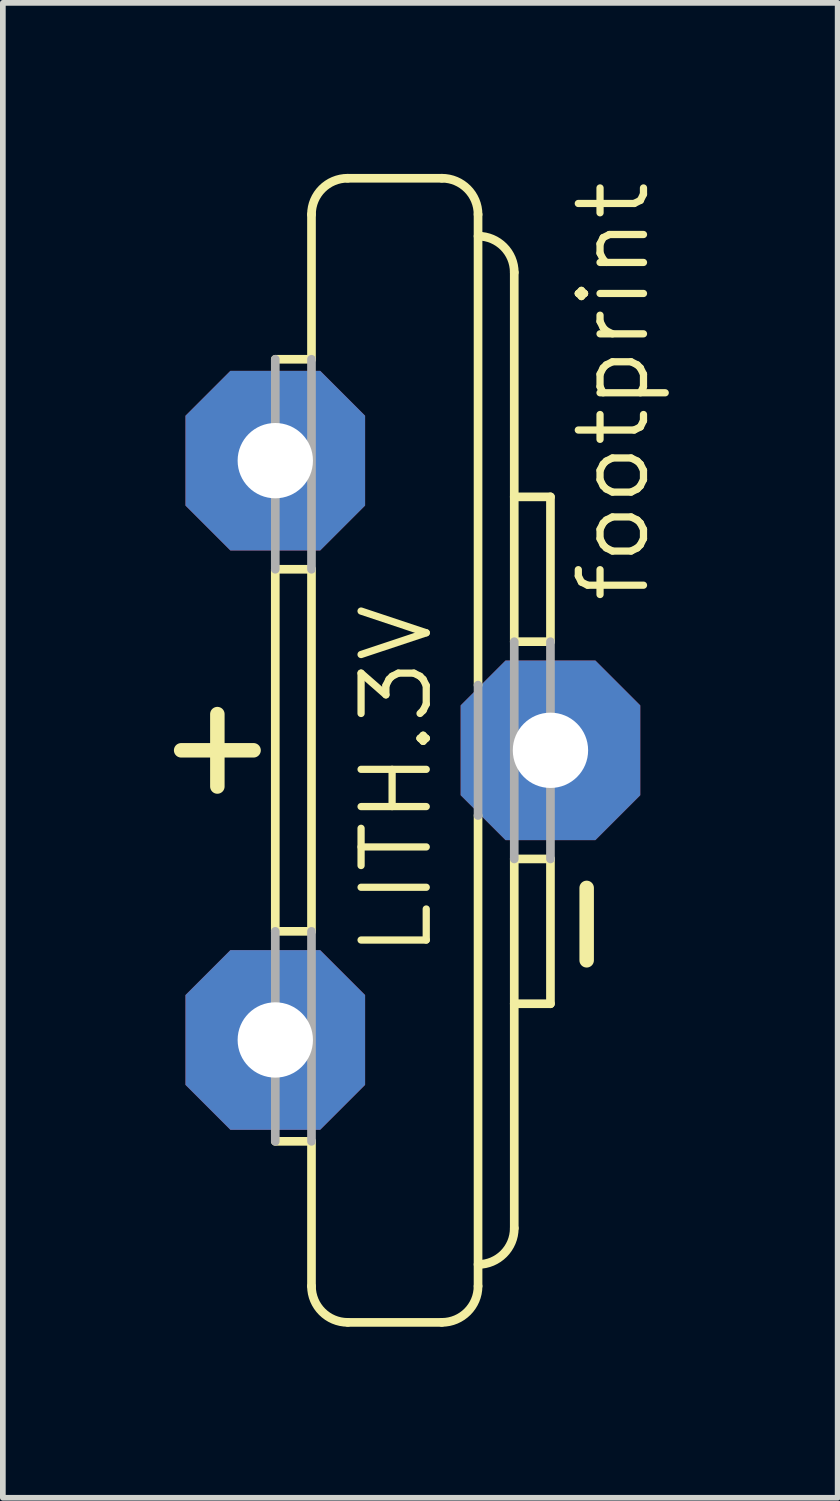
<source format=kicad_pcb>
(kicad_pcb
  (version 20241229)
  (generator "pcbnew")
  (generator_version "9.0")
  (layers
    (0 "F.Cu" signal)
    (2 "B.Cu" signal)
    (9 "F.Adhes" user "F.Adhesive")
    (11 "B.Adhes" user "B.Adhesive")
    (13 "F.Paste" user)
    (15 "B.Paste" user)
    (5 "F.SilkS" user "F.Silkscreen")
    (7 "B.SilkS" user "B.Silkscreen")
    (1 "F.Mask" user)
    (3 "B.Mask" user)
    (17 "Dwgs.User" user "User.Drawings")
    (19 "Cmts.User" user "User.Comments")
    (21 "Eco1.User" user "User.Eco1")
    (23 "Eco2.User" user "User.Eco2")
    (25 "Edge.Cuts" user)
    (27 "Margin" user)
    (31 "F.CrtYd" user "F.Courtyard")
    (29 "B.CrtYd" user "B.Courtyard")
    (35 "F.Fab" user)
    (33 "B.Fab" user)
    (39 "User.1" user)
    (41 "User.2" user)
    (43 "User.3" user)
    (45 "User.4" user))
  (footprint "footprint"
    (layer "F.Cu")
    (at 4.318 10.109)
    (property "Reference" "footprint" (at 4.064 -2.54 90) (layer "F.SilkS") (effects (font (size 1.143 1.143) (thickness 0.127)) (justify left bottom)))
    (fp_line (start -4.191 0) (end -2.921 0) (stroke (width 0.254) (type solid)) (layer "F.SilkS"))
    (fp_line (start -3.556 -0.635) (end -3.556 0.635) (stroke (width 0.254) (type solid)) (layer "F.SilkS"))
    (fp_line (start -2.54 3.175) (end -2.54 -3.175) (stroke (width 0.152) (type solid)) (layer "F.SilkS"))
    (fp_line (start -1.905 -6.858) (end -2.54 -6.858) (stroke (width 0.152) (type solid)) (layer "F.SilkS"))
    (fp_line (start -1.905 -6.858) (end -1.905 -9.398) (stroke (width 0.152) (type solid)) (layer "F.SilkS"))
    (fp_line (start -1.905 -3.175) (end -2.54 -3.175) (stroke (width 0.152) (type solid)) (layer "F.SilkS"))
    (fp_line (start -1.905 3.175) (end -2.54 3.175) (stroke (width 0.152) (type solid)) (layer "F.SilkS"))
    (fp_line (start -1.905 3.175) (end -1.905 -3.175) (stroke (width 0.152) (type solid)) (layer "F.SilkS"))
    (fp_line (start -1.905 6.858) (end -2.54 6.858) (stroke (width 0.152) (type solid)) (layer "F.SilkS"))
    (fp_line (start -1.905 9.398) (end -1.905 6.858) (stroke (width 0.152) (type solid)) (layer "F.SilkS"))
    (fp_line (start -1.27 -10.033) (end 0.381 -10.033) (stroke (width 0.152) (type solid)) (layer "F.SilkS"))
    (fp_line (start -1.27 10.033) (end 0.381 10.033) (stroke (width 0.152) (type solid)) (layer "F.SilkS"))
    (fp_line (start 1.016 -1.143) (end 1.016 -9.398) (stroke (width 0.152) (type solid)) (layer "F.SilkS"))
    (fp_line (start 1.016 9.398) (end 1.016 1.143) (stroke (width 0.152) (type solid)) (layer "F.SilkS"))
    (fp_line (start 1.651 -4.445) (end 1.651 -8.382) (stroke (width 0.152) (type solid)) (layer "F.SilkS"))
    (fp_line (start 1.651 -1.905) (end 1.651 -4.445) (stroke (width 0.152) (type solid)) (layer "F.SilkS"))
    (fp_line (start 1.651 1.905) (end 1.651 4.445) (stroke (width 0.152) (type solid)) (layer "F.SilkS"))
    (fp_line (start 1.651 4.445) (end 1.651 8.382) (stroke (width 0.152) (type solid)) (layer "F.SilkS"))
    (fp_line (start 2.286 -4.445) (end 1.651 -4.445) (stroke (width 0.152) (type solid)) (layer "F.SilkS"))
    (fp_line (start 2.286 -1.905) (end 1.651 -1.905) (stroke (width 0.152) (type solid)) (layer "F.SilkS"))
    (fp_line (start 2.286 -1.905) (end 2.286 -4.445) (stroke (width 0.152) (type solid)) (layer "F.SilkS"))
    (fp_line (start 2.286 1.905) (end 1.651 1.905) (stroke (width 0.152) (type solid)) (layer "F.SilkS"))
    (fp_line (start 2.286 1.905) (end 2.286 4.445) (stroke (width 0.152) (type solid)) (layer "F.SilkS"))
    (fp_line (start 2.286 4.445) (end 1.651 4.445) (stroke (width 0.152) (type solid)) (layer "F.SilkS"))
    (fp_line (start 2.921 2.413) (end 2.921 3.683) (stroke (width 0.254) (type solid)) (layer "F.SilkS"))
    (fp_arc (start -1.905 -9.398) (mid -1.719013 -9.847013) (end -1.27 -10.033) (stroke (width 0.1524) (type solid)) (layer "F.SilkS"))
    (fp_arc (start -1.27 10.033) (mid -1.719013 9.847013) (end -1.905 9.398) (stroke (width 0.1524) (type solid)) (layer "F.SilkS"))
    (fp_arc (start 0.381 -10.033) (mid 0.830013 -9.847012) (end 1.015999 -9.397999) (stroke (width 0.1524) (type solid)) (layer "F.SilkS"))
    (fp_arc (start 1.015999 9.397999) (mid 0.830013 9.847012) (end 0.381 10.033) (stroke (width 0.1524) (type solid)) (layer "F.SilkS"))
    (fp_arc (start 1.016 -9.017) (mid 1.465013 -8.831013) (end 1.651 -8.382) (stroke (width 0.1524) (type solid)) (layer "F.SilkS"))
    (fp_arc (start 1.651 8.382) (mid 1.465013 8.831013) (end 1.016 9.017) (stroke (width 0.1524) (type solid)) (layer "F.SilkS"))
    (fp_line (start -2.54 -3.175) (end -2.54 -6.858) (stroke (width 0.152) (type solid)) (layer "F.Fab"))
    (fp_line (start -2.54 6.858) (end -2.54 3.175) (stroke (width 0.152) (type solid)) (layer "F.Fab"))
    (fp_line (start -1.905 -3.175) (end -1.905 -6.858) (stroke (width 0.152) (type solid)) (layer "F.Fab"))
    (fp_line (start -1.905 6.858) (end -1.905 3.175) (stroke (width 0.152) (type solid)) (layer "F.Fab"))
    (fp_line (start 1.016 -1.143) (end 1.016 1.143) (stroke (width 0.152) (type solid)) (layer "F.Fab"))
    (fp_line (start 1.651 1.905) (end 1.651 -1.905) (stroke (width 0.152) (type solid)) (layer "F.Fab"))
    (fp_line (start 2.286 1.905) (end 2.286 -1.905) (stroke (width 0.152) (type solid)) (layer "F.Fab"))
    (fp_text user "LITH.3V" (at 0.254 3.683 90) (layer "F.SilkS") (effects (font (size 1.143 1.143) (thickness 0.127)) (justify left bottom)))
    (pad "+" thru_hole roundrect (at -2.54 5.08) (size 3.15 3.15) (drill 1.321) (layers "*.Cu" "*.Mask") (roundrect_rratio 0.25) (chamfer_ratio 0.25) (chamfer top_left top_right bottom_left bottom_right))
    (pad "+@1" thru_hole roundrect (at -2.54 -5.08) (size 3.15 3.15) (drill 1.321) (layers "*.Cu" "*.Mask") (roundrect_rratio 0.25) (chamfer_ratio 0.25) (chamfer top_left top_right bottom_left bottom_right))
    (pad "-" thru_hole roundrect (at 2.286 0) (size 3.15 3.15) (drill 1.321) (layers "*.Cu" "*.Mask") (roundrect_rratio 0.25) (chamfer_ratio 0.25) (chamfer top_left top_right bottom_left bottom_right)))
  (gr_rect
    (start -3 -3)
    (end 11.641 23.218)
    (stroke (width 0.1) (type default))
    (fill no)
    (layer "Edge.Cuts")))
</source>
